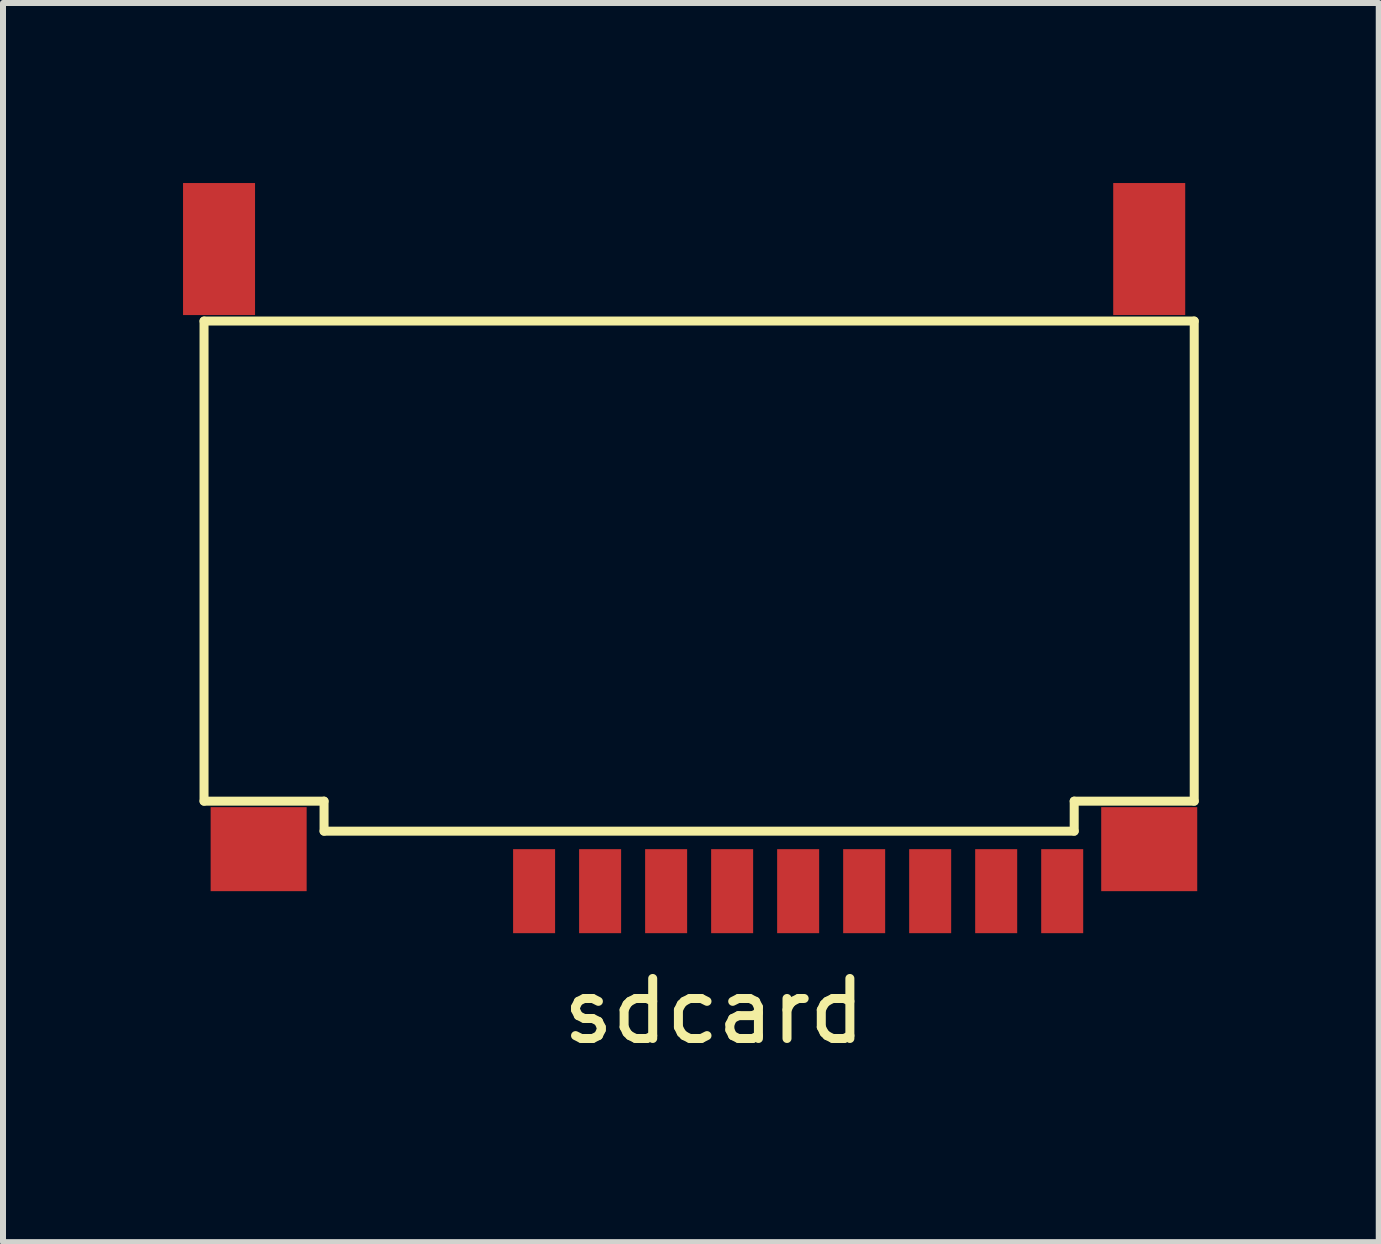
<source format=kicad_pcb>
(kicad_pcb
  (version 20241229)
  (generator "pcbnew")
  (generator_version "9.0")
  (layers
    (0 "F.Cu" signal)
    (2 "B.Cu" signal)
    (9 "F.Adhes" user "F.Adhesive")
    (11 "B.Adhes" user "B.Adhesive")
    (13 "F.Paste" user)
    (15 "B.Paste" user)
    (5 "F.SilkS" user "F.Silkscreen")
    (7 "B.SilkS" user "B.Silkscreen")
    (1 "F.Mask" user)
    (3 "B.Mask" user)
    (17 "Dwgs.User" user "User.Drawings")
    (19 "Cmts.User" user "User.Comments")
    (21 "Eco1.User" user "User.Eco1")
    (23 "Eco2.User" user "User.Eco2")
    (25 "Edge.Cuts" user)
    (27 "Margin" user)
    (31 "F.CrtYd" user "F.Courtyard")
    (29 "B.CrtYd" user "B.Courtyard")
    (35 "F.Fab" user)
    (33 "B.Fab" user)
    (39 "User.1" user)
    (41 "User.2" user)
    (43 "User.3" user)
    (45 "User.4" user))
  (footprint "sdcard"
    (layer "F.Cu")
    (at 5.85 11.8)
    (property "Reference" "sdcard" (at 3 2 0) (layer "F.SilkS") (effects (font (size 1 1) (thickness 0.15))))
    (attr through_hole)
    (fp_line (start -5.5 -9.5) (end 11 -9.5) (stroke (width 0.15) (type solid)) (layer "F.SilkS"))
    (fp_line (start -5.5 -1.5) (end -5.5 -9.5) (stroke (width 0.15) (type solid)) (layer "F.SilkS"))
    (fp_line (start -3.5 -1.5) (end -5.5 -1.5) (stroke (width 0.15) (type solid)) (layer "F.SilkS"))
    (fp_line (start -3.5 -1) (end -3.5 -1.5) (stroke (width 0.15) (type solid)) (layer "F.SilkS"))
    (fp_line (start 9 -1.5) (end 9 -1) (stroke (width 0.15) (type solid)) (layer "F.SilkS"))
    (fp_line (start 9 -1) (end -3.5 -1) (stroke (width 0.15) (type solid)) (layer "F.SilkS"))
    (fp_line (start 11 -9.5) (end 11 -1.5) (stroke (width 0.15) (type solid)) (layer "F.SilkS"))
    (fp_line (start 11 -1.5) (end 9 -1.5) (stroke (width 0.15) (type solid)) (layer "F.SilkS"))
    (pad "" smd rect (at -5.25 -10.7) (size 1.2 2.2) (layers "F.Cu" "F.Mask" "F.Paste"))
    (pad "" smd rect (at -4.59 -0.7) (size 1.6 1.4) (layers "F.Cu" "F.Mask" "F.Paste"))
    (pad "" smd rect (at 10.25 -10.7) (size 1.2 2.2) (layers "F.Cu" "F.Mask" "F.Paste"))
    (pad "" smd rect (at 10.25 -0.7) (size 1.6 1.4) (layers "F.Cu" "F.Mask" "F.Paste"))
    (pad "1" smd rect (at 0 0) (size 0.7 1.4) (layers "F.Cu" "F.Mask" "F.Paste"))
    (pad "2" smd rect (at 1.1 0) (size 0.7 1.4) (layers "F.Cu" "F.Mask" "F.Paste"))
    (pad "3" smd rect (at 2.2 0) (size 0.7 1.4) (layers "F.Cu" "F.Mask" "F.Paste"))
    (pad "4" smd rect (at 3.3 0) (size 0.7 1.4) (layers "F.Cu" "F.Mask" "F.Paste"))
    (pad "5" smd rect (at 4.4 0) (size 0.7 1.4) (layers "F.Cu" "F.Mask" "F.Paste"))
    (pad "6" smd rect (at 5.5 0) (size 0.7 1.4) (layers "F.Cu" "F.Mask" "F.Paste"))
    (pad "7" smd rect (at 6.6 0) (size 0.7 1.4) (layers "F.Cu" "F.Mask" "F.Paste"))
    (pad "8" smd rect (at 7.7 0) (size 0.7 1.4) (layers "F.Cu" "F.Mask" "F.Paste"))
    (pad "9" smd rect (at 8.8 0) (size 0.7 1.4) (layers "F.Cu" "F.Mask" "F.Paste")))
  (gr_rect
    (start -3 -3)
    (end 19.925 17.648)
    (stroke (width 0.1) (type default))
    (fill no)
    (layer "Edge.Cuts")))
</source>
